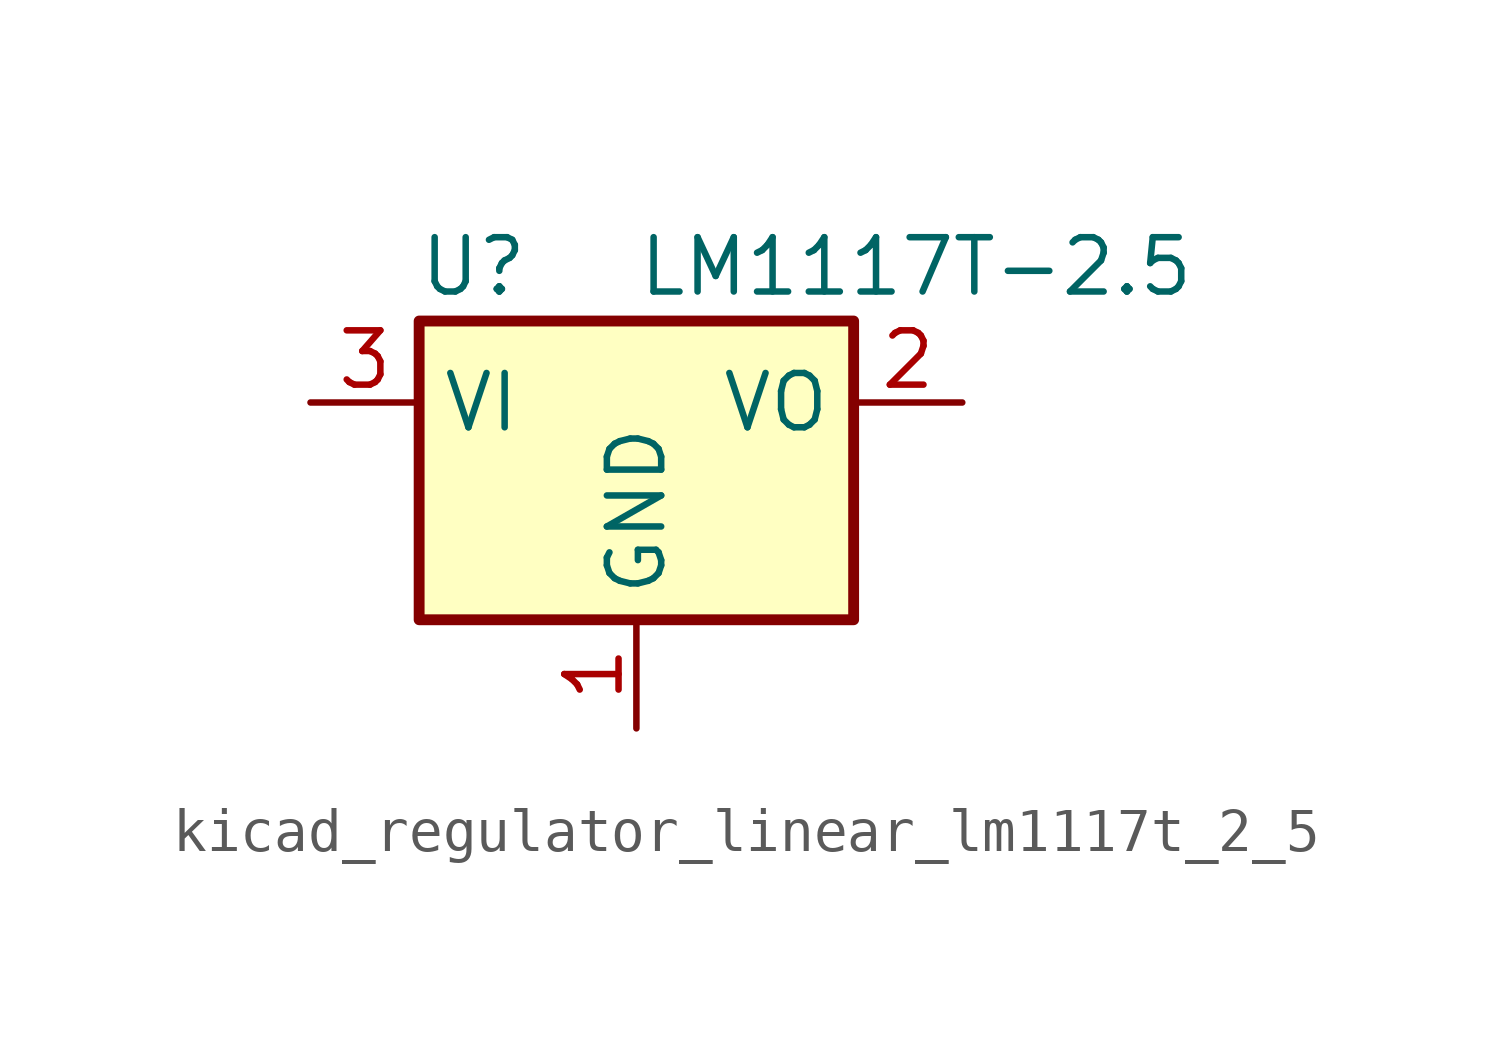
<source format=kicad_sym>
(kicad_symbol_lib
  (version 20220914)
  (generator kicad_symbol_editor)
  (symbol "kicad_regulator_linear_lm1117t_2_5"
    (property "Reference" "U"
      (at -3.81 3.175 0)
      (effects (font (size 1.27 1.27))))
    (property "Value" "LM1117T-2.5"
      (at 0 3.175 0)
      (effects (font (size 1.27 1.27)) (justify left)))
    (symbol "kicad_regulator_linear_lm1117t_2_5_0_1"
      (rectangle (start -5.08 -5.08) (end 5.08 1.905) (stroke (width 0.254) (type default)) (fill (type background))))
    (symbol "kicad_regulator_linear_lm1117t_2_5_1_1"
      (pin power_in line (at 0 -7.62 90) (length 2.54) (name "GND" (effects (font (size 1.27 1.27)))) (number "1" (effects (font (size 1.27 1.27)))))
      (pin power_out line (at 7.62 0 180) (length 2.54) (name "VO" (effects (font (size 1.27 1.27)))) (number "2" (effects (font (size 1.27 1.27)))))
      (pin power_in line (at -7.62 0 0) (length 2.54) (name "VI" (effects (font (size 1.27 1.27)))) (number "3" (effects (font (size 1.27 1.27))))))))
</source>
